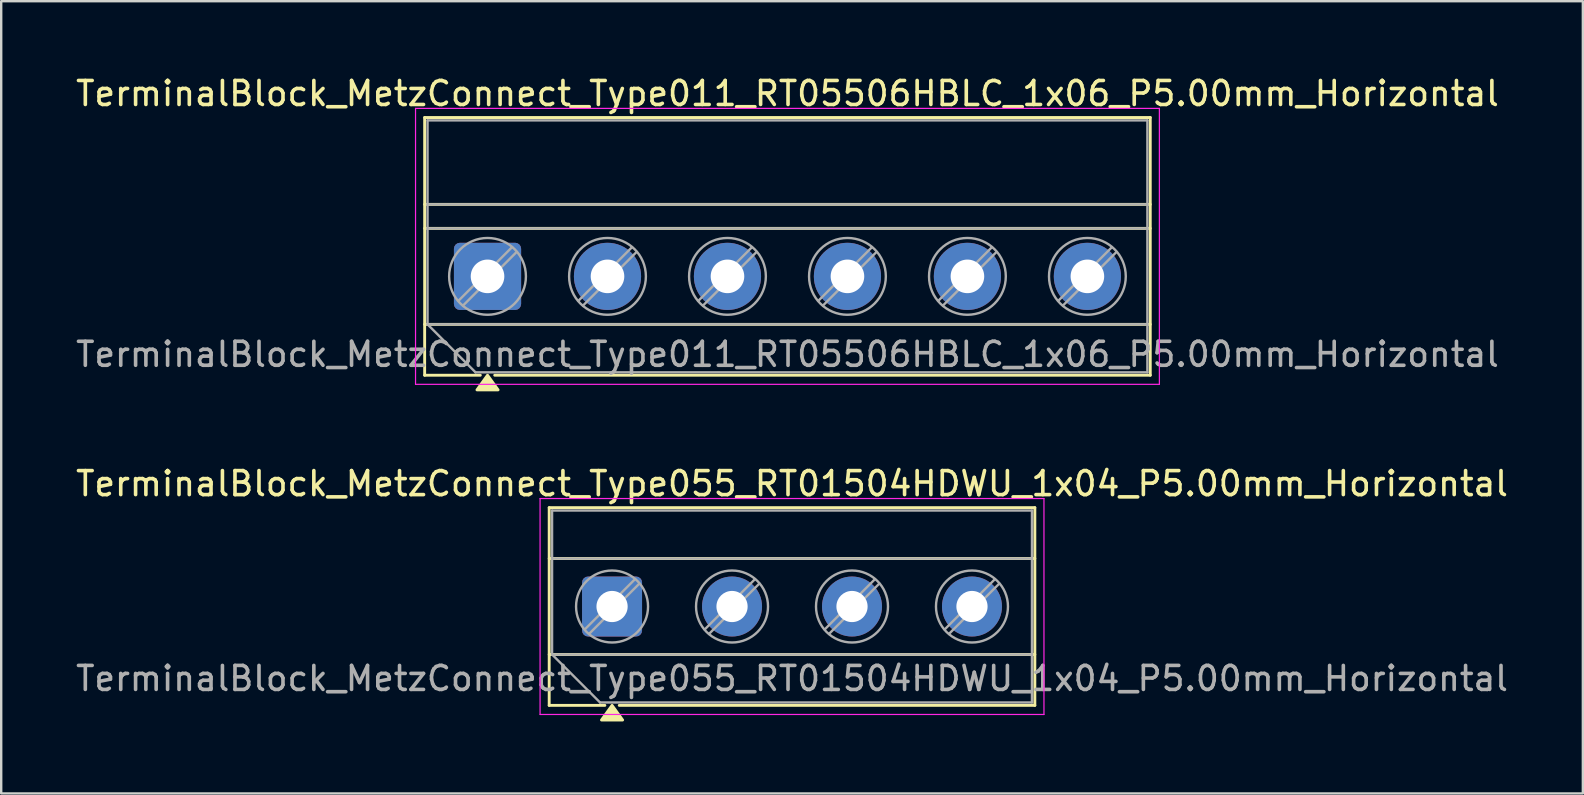
<source format=kicad_pcb>
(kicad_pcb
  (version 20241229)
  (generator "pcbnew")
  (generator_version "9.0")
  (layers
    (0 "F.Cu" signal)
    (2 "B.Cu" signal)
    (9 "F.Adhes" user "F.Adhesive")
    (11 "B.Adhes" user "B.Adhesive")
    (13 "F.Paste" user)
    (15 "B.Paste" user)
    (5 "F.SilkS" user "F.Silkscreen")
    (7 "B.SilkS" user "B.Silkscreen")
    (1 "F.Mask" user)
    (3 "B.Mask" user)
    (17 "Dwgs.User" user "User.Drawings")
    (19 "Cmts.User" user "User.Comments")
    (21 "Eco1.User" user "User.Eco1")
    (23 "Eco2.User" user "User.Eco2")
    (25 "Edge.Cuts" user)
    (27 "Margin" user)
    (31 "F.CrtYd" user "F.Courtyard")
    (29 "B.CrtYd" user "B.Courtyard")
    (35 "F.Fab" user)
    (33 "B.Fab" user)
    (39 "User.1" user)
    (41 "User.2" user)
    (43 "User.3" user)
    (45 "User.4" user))
  (footprint "TerminalBlock_MetzConnect_Type055_RT01504HDWU_1x04_P5.00mm_Horizontal"
    (layer "F.Cu")
    (at 22.458 22.227)
    (property "Reference" "TerminalBlock_MetzConnect_Type055_RT01504HDWU_1x04_P5.00mm_Horizontal" (at 7.5 -5.12 0) (layer "F.SilkS") (effects (font (size 1 1) (thickness 0.15))))
    (attr through_hole)
    (fp_line (start -2.62 -4.12) (end -2.62 4.12) (stroke (width 0.12) (type solid)) (layer "F.SilkS"))
    (fp_line (start -2.62 -4.12) (end 17.62 -4.12) (stroke (width 0.12) (type solid)) (layer "F.SilkS"))
    (fp_line (start -2.62 -2) (end 17.62 -2) (stroke (width 0.12) (type solid)) (layer "F.SilkS"))
    (fp_line (start -2.62 2) (end 17.62 2) (stroke (width 0.12) (type solid)) (layer "F.SilkS"))
    (fp_line (start -2.62 4.12) (end -0.3 4.12) (stroke (width 0.12) (type solid)) (layer "F.SilkS"))
    (fp_line (start 0.3 4.12) (end 17.62 4.12) (stroke (width 0.12) (type solid)) (layer "F.SilkS"))
    (fp_line (start 17.62 -4.12) (end 17.62 4.12) (stroke (width 0.12) (type solid)) (layer "F.SilkS"))
    (fp_poly (pts (xy 0 4.12) (xy 0.44 4.73) (xy -0.44 4.73)) (stroke (width 0.12) (type solid)) (fill yes) (layer "F.SilkS"))
    (fp_line (start -3 -4.5) (end -3 4.5) (stroke (width 0.05) (type solid)) (layer "F.CrtYd"))
    (fp_line (start -3 4.5) (end 18 4.5) (stroke (width 0.05) (type solid)) (layer "F.CrtYd"))
    (fp_line (start 18 -4.5) (end -3 -4.5) (stroke (width 0.05) (type solid)) (layer "F.CrtYd"))
    (fp_line (start 18 4.5) (end 18 -4.5) (stroke (width 0.05) (type solid)) (layer "F.CrtYd"))
    (fp_line (start -2.5 -4) (end 17.5 -4) (stroke (width 0.1) (type solid)) (layer "F.Fab"))
    (fp_line (start -2.5 -2) (end 17.5 -2) (stroke (width 0.1) (type solid)) (layer "F.Fab"))
    (fp_line (start -2.5 2) (end -2.5 -4) (stroke (width 0.1) (type solid)) (layer "F.Fab"))
    (fp_line (start -2.5 2) (end 17.5 2) (stroke (width 0.1) (type solid)) (layer "F.Fab"))
    (fp_line (start -0.5 4) (end -2.5 2) (stroke (width 0.1) (type solid)) (layer "F.Fab"))
    (fp_line (start 0.955 -1.138) (end -1.138 0.955) (stroke (width 0.1) (type solid)) (layer "F.Fab"))
    (fp_line (start 1.138 -0.955) (end -0.955 1.138) (stroke (width 0.1) (type solid)) (layer "F.Fab"))
    (fp_line (start 5.955 -1.138) (end 3.862 0.955) (stroke (width 0.1) (type solid)) (layer "F.Fab"))
    (fp_line (start 6.138 -0.955) (end 4.045 1.138) (stroke (width 0.1) (type solid)) (layer "F.Fab"))
    (fp_line (start 10.955 -1.138) (end 8.862 0.955) (stroke (width 0.1) (type solid)) (layer "F.Fab"))
    (fp_line (start 11.138 -0.955) (end 9.045 1.138) (stroke (width 0.1) (type solid)) (layer "F.Fab"))
    (fp_line (start 15.955 -1.138) (end 13.862 0.955) (stroke (width 0.1) (type solid)) (layer "F.Fab"))
    (fp_line (start 16.138 -0.955) (end 14.045 1.138) (stroke (width 0.1) (type solid)) (layer "F.Fab"))
    (fp_line (start 17.5 -4) (end 17.5 4) (stroke (width 0.1) (type solid)) (layer "F.Fab"))
    (fp_line (start 17.5 4) (end -0.5 4) (stroke (width 0.1) (type solid)) (layer "F.Fab"))
    (fp_circle (center 0 0) (end 1.5 0) (stroke (width 0.1) (type solid)) (fill no) (layer "F.Fab"))
    (fp_circle (center 5 0) (end 6.5 0) (stroke (width 0.1) (type solid)) (fill no) (layer "F.Fab"))
    (fp_circle (center 10 0) (end 11.5 0) (stroke (width 0.1) (type solid)) (fill no) (layer "F.Fab"))
    (fp_circle (center 15 0) (end 16.5 0) (stroke (width 0.1) (type solid)) (fill no) (layer "F.Fab"))
    (fp_text user "${REFERENCE}" (at 7.5 3 0) (layer "F.Fab") (effects (font (size 1 1) (thickness 0.15))))
    (pad "1" thru_hole roundrect (at 0 0) (size 2.5 2.5) (drill 1.3) (layers "*.Cu" "*.Mask") (roundrect_rratio 0.1))
    (pad "2" thru_hole circle (at 5 0) (size 2.5 2.5) (drill 1.3) (layers "*.Cu" "*.Mask"))
    (pad "3" thru_hole circle (at 10 0) (size 2.5 2.5) (drill 1.3) (layers "*.Cu" "*.Mask"))
    (pad "4" thru_hole circle (at 15 0) (size 2.5 2.5) (drill 1.3) (layers "*.Cu" "*.Mask")))
  (footprint "TerminalBlock_MetzConnect_Type011_RT05506HBLC_1x06_P5.00mm_Horizontal"
    (layer "F.Cu")
    (at 17.268 8.468)
    (property "Reference" "TerminalBlock_MetzConnect_Type011_RT05506HBLC_1x06_P5.00mm_Horizontal" (at 12.5 -7.62 0) (layer "F.SilkS") (effects (font (size 1 1) (thickness 0.15))))
    (attr through_hole)
    (fp_line (start -2.62 -6.62) (end -2.62 4.12) (stroke (width 0.12) (type solid)) (layer "F.SilkS"))
    (fp_line (start -2.62 -6.62) (end 27.62 -6.62) (stroke (width 0.12) (type solid)) (layer "F.SilkS"))
    (fp_line (start -2.62 -3) (end 27.62 -3) (stroke (width 0.12) (type solid)) (layer "F.SilkS"))
    (fp_line (start -2.62 -2) (end 27.62 -2) (stroke (width 0.12) (type solid)) (layer "F.SilkS"))
    (fp_line (start -2.62 2) (end 27.62 2) (stroke (width 0.12) (type solid)) (layer "F.SilkS"))
    (fp_line (start -2.62 4.12) (end -0.3 4.12) (stroke (width 0.12) (type solid)) (layer "F.SilkS"))
    (fp_line (start 0.3 4.12) (end 27.62 4.12) (stroke (width 0.12) (type solid)) (layer "F.SilkS"))
    (fp_line (start 27.62 -6.62) (end 27.62 4.12) (stroke (width 0.12) (type solid)) (layer "F.SilkS"))
    (fp_poly (pts (xy 0 4.12) (xy 0.44 4.73) (xy -0.44 4.73)) (stroke (width 0.12) (type solid)) (fill yes) (layer "F.SilkS"))
    (fp_line (start -3 -7) (end -3 4.5) (stroke (width 0.05) (type solid)) (layer "F.CrtYd"))
    (fp_line (start -3 4.5) (end 28 4.5) (stroke (width 0.05) (type solid)) (layer "F.CrtYd"))
    (fp_line (start 28 -7) (end -3 -7) (stroke (width 0.05) (type solid)) (layer "F.CrtYd"))
    (fp_line (start 28 4.5) (end 28 -7) (stroke (width 0.05) (type solid)) (layer "F.CrtYd"))
    (fp_line (start -2.5 -6.5) (end 27.5 -6.5) (stroke (width 0.1) (type solid)) (layer "F.Fab"))
    (fp_line (start -2.5 -3) (end 27.5 -3) (stroke (width 0.1) (type solid)) (layer "F.Fab"))
    (fp_line (start -2.5 -2) (end 27.5 -2) (stroke (width 0.1) (type solid)) (layer "F.Fab"))
    (fp_line (start -2.5 2) (end -2.5 -6.5) (stroke (width 0.1) (type solid)) (layer "F.Fab"))
    (fp_line (start -2.5 2) (end 27.5 2) (stroke (width 0.1) (type solid)) (layer "F.Fab"))
    (fp_line (start -0.5 4) (end -2.5 2) (stroke (width 0.1) (type solid)) (layer "F.Fab"))
    (fp_line (start 1.018 -1.213) (end -1.213 1.018) (stroke (width 0.1) (type solid)) (layer "F.Fab"))
    (fp_line (start 1.213 -1.018) (end -1.018 1.213) (stroke (width 0.1) (type solid)) (layer "F.Fab"))
    (fp_line (start 6.018 -1.213) (end 3.787 1.018) (stroke (width 0.1) (type solid)) (layer "F.Fab"))
    (fp_line (start 6.213 -1.018) (end 3.982 1.213) (stroke (width 0.1) (type solid)) (layer "F.Fab"))
    (fp_line (start 11.018 -1.213) (end 8.787 1.018) (stroke (width 0.1) (type solid)) (layer "F.Fab"))
    (fp_line (start 11.213 -1.018) (end 8.982 1.213) (stroke (width 0.1) (type solid)) (layer "F.Fab"))
    (fp_line (start 16.018 -1.213) (end 13.787 1.018) (stroke (width 0.1) (type solid)) (layer "F.Fab"))
    (fp_line (start 16.213 -1.018) (end 13.982 1.213) (stroke (width 0.1) (type solid)) (layer "F.Fab"))
    (fp_line (start 21.018 -1.213) (end 18.787 1.018) (stroke (width 0.1) (type solid)) (layer "F.Fab"))
    (fp_line (start 21.213 -1.018) (end 18.982 1.213) (stroke (width 0.1) (type solid)) (layer "F.Fab"))
    (fp_line (start 26.018 -1.213) (end 23.787 1.018) (stroke (width 0.1) (type solid)) (layer "F.Fab"))
    (fp_line (start 26.213 -1.018) (end 23.982 1.213) (stroke (width 0.1) (type solid)) (layer "F.Fab"))
    (fp_line (start 27.5 -6.5) (end 27.5 4) (stroke (width 0.1) (type solid)) (layer "F.Fab"))
    (fp_line (start 27.5 4) (end -0.5 4) (stroke (width 0.1) (type solid)) (layer "F.Fab"))
    (fp_circle (center 0 0) (end 1.6 0) (stroke (width 0.1) (type solid)) (fill no) (layer "F.Fab"))
    (fp_circle (center 5 0) (end 6.6 0) (stroke (width 0.1) (type solid)) (fill no) (layer "F.Fab"))
    (fp_circle (center 10 0) (end 11.6 0) (stroke (width 0.1) (type solid)) (fill no) (layer "F.Fab"))
    (fp_circle (center 15 0) (end 16.6 0) (stroke (width 0.1) (type solid)) (fill no) (layer "F.Fab"))
    (fp_circle (center 20 0) (end 21.6 0) (stroke (width 0.1) (type solid)) (fill no) (layer "F.Fab"))
    (fp_circle (center 25 0) (end 26.6 0) (stroke (width 0.1) (type solid)) (fill no) (layer "F.Fab"))
    (fp_text user "${REFERENCE}" (at 12.5 3.25 0) (layer "F.Fab") (effects (font (size 1 1) (thickness 0.15))))
    (pad "1" thru_hole roundrect (at 0 0) (size 2.8 2.8) (drill 1.4) (layers "*.Cu" "*.Mask") (roundrect_rratio 0.089))
    (pad "2" thru_hole circle (at 5 0) (size 2.8 2.8) (drill 1.4) (layers "*.Cu" "*.Mask"))
    (pad "3" thru_hole circle (at 10 0) (size 2.8 2.8) (drill 1.4) (layers "*.Cu" "*.Mask"))
    (pad "4" thru_hole circle (at 15 0) (size 2.8 2.8) (drill 1.4) (layers "*.Cu" "*.Mask"))
    (pad "5" thru_hole circle (at 20 0) (size 2.8 2.8) (drill 1.4) (layers "*.Cu" "*.Mask"))
    (pad "6" thru_hole circle (at 25 0) (size 2.8 2.8) (drill 1.4) (layers "*.Cu" "*.Mask")))
  (gr_rect
    (start -3 -3)
    (end 62.917 30.017)
    (stroke (width 0.1) (type default))
    (fill no)
    (layer "Edge.Cuts")))
</source>
